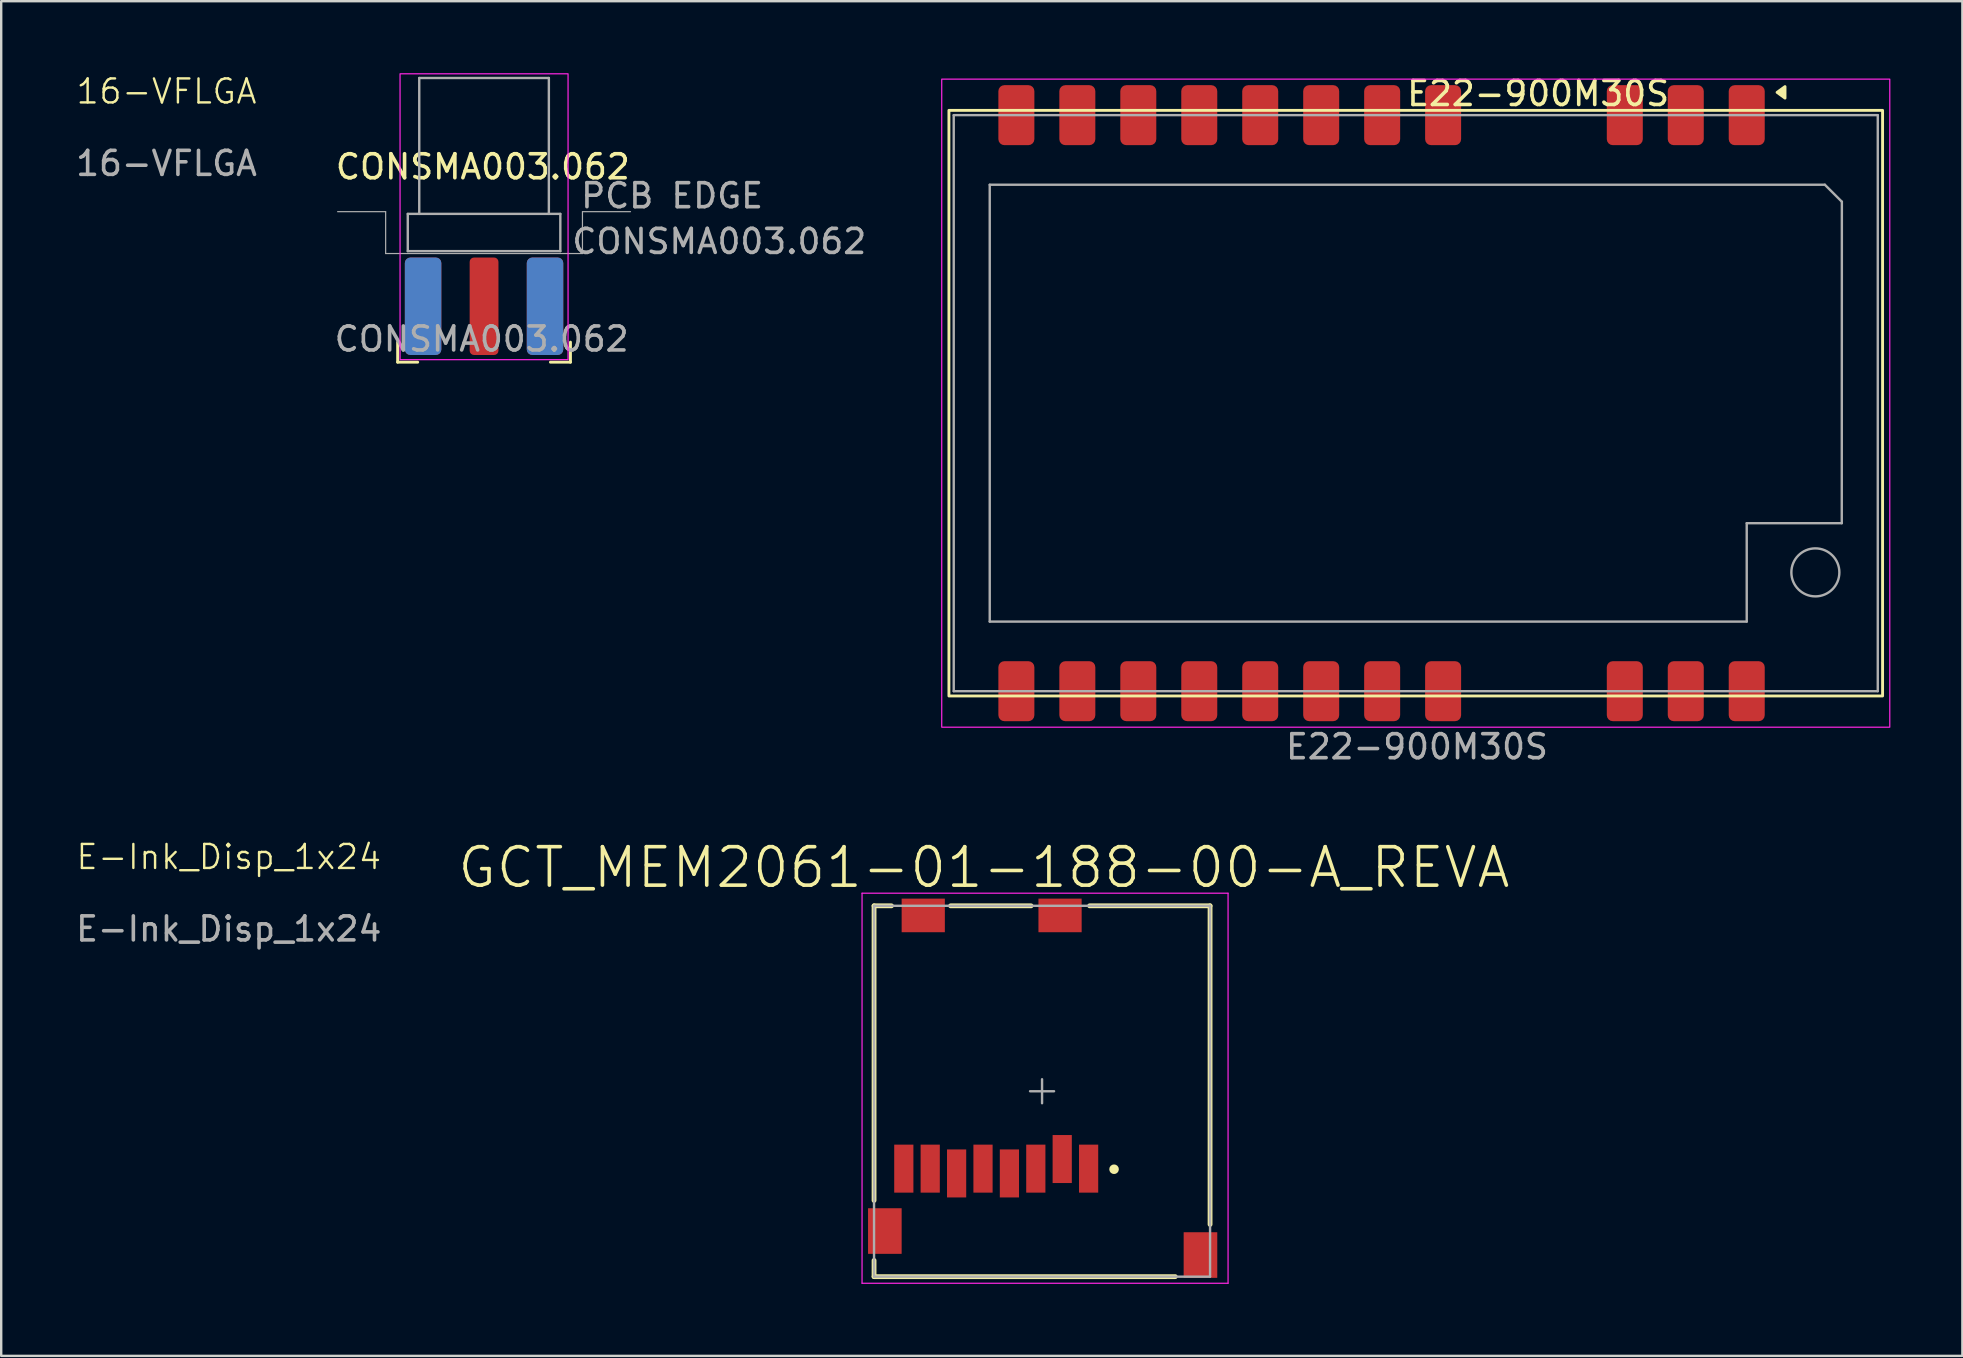
<source format=kicad_pcb>
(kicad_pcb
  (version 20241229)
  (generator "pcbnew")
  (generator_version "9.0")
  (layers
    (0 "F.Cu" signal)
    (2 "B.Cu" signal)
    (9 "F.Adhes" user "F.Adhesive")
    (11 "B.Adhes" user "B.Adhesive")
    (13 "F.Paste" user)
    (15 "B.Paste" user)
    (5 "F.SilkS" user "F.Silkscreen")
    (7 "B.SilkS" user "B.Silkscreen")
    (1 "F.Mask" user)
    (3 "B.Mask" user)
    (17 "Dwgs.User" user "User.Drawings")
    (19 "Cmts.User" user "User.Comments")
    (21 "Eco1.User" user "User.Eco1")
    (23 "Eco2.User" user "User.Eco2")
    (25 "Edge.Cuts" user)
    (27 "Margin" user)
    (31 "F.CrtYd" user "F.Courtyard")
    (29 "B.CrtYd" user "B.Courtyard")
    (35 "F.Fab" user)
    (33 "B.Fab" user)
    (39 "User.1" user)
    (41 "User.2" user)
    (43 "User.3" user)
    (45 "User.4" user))
  (footprint "CONSMA003.062"
    (layer "F.Cu")
    (at 17.118 9.71)
    (property "Reference" "CONSMA003.062" (at -0.05 -5.81 0) (unlocked yes) (layer "F.SilkS") (effects (font (size 1 1) (thickness 0.15))))
    (attr smd)
    (fp_line (start -3.6 1.495) (end -3.6 2.33) (stroke (width 0.12) (type default)) (layer "F.SilkS"))
    (fp_line (start -3.6 2.33) (end -2.765 2.33) (stroke (width 0.12) (type default)) (layer "F.SilkS"))
    (fp_line (start 2.765 2.33) (end 3.6 2.33) (stroke (width 0.12) (type default)) (layer "F.SilkS"))
    (fp_line (start 3.6 2.33) (end 3.6 1.495) (stroke (width 0.12) (type default)) (layer "F.SilkS"))
    (fp_rect (start -3.5 -9.685) (end 3.5 2.225) (stroke (width 0.05) (type default)) (fill no) (layer "F.CrtYd"))
    (fp_line (start -4.1 -3.94) (end -6.1 -3.94) (stroke (width 0.05) (type default)) (layer "F.Fab"))
    (fp_line (start -4.1 -2.197) (end -4.1 -3.935) (stroke (width 0.05) (type default)) (layer "F.Fab"))
    (fp_line (start -3.178 -3.848) (end 3.178 -3.848) (stroke (width 0.1) (type default)) (layer "F.Fab"))
    (fp_line (start -3.178 -2.297) (end -3.178 -3.848) (stroke (width 0.1) (type default)) (layer "F.Fab"))
    (fp_line (start -3.178 -2.297) (end 3.178 -2.297) (stroke (width 0.1) (type default)) (layer "F.Fab"))
    (fp_line (start -2.7 -9.51) (end 2.7 -9.51) (stroke (width 0.1) (type default)) (layer "F.Fab"))
    (fp_line (start -2.7 -3.848) (end -2.7 -9.51) (stroke (width 0.1) (type default)) (layer "F.Fab"))
    (fp_line (start 2.7 -3.848) (end 2.7 -9.51) (stroke (width 0.1) (type default)) (layer "F.Fab"))
    (fp_line (start 3.178 -2.297) (end 3.178 -3.848) (stroke (width 0.1) (type default)) (layer "F.Fab"))
    (fp_line (start 4.1 -2.197) (end -4.1 -2.197) (stroke (width 0.05) (type default)) (layer "F.Fab"))
    (fp_line (start 4.1 -2.197) (end 4.1 -3.935) (stroke (width 0.05) (type default)) (layer "F.Fab"))
    (fp_line (start 6.1 -3.94) (end 4.1 -3.94) (stroke (width 0.05) (type default)) (layer "F.Fab"))
    (fp_text user "PCB EDGE" (at 3.95 -4.02 0) (unlocked yes) (layer "F.Fab") (effects (font (size 1 1) (thickness 0.15)) (justify left bottom)))
    (fp_text user "${REFERENCE}" (at 9.8 -2.7 0) (unlocked yes) (layer "F.Fab") (effects (font (size 1 1) (thickness 0.15))))
    (fp_text user "${REFERENCE}" (at -0.1 1.365 0) (unlocked yes) (layer "F.Fab") (effects (font (size 1 1) (thickness 0.15))))
    (pad "1" smd roundrect (at 0 0) (size 1.2 4.06) (layers "F.Cu" "F.Mask" "F.Paste") (roundrect_rratio 0.15))
    (pad "2" smd roundrect (at -2.54 0) (size 1.52 4.06) (layers "F.Cu" "F.Mask" "F.Paste") (roundrect_rratio 0.15))
    (pad "2" smd roundrect (at -2.54 0) (size 1.52 4.06) (layers "B.Cu" "B.Mask" "B.Paste") (roundrect_rratio 0.15))
    (pad "2" smd roundrect (at 2.54 0) (size 1.52 4.06) (layers "F.Cu" "F.Mask" "F.Paste") (roundrect_rratio 0.15))
    (pad "2" smd roundrect (at 2.54 0) (size 1.52 4.06) (layers "B.Cu" "B.Mask" "B.Paste") (roundrect_rratio 0.15)))
  (footprint "E22-900M30S"
    (layer "F.Cu")
    (at 55.937 13.748)
    (property "Reference" "E22-900M30S" (at 5.1 -12.9 0) (unlocked yes) (layer "F.SilkS") (effects (font (size 1 1) (thickness 0.15))))
    (attr smd)
    (fp_rect (start -19.45 -12.2) (end 19.45 12.2) (stroke (width 0.12) (type default)) (fill no) (layer "F.SilkS"))
    (fp_poly (pts (xy 15.055 -12.95) (xy 15.385 -13.19) (xy 15.385 -12.71) (xy 15.055 -12.95)) (stroke (width 0.12) (type solid)) (fill yes) (layer "F.SilkS"))
    (fp_rect (start -19.75 -13.5) (end 19.75 13.5) (stroke (width 0.05) (type default)) (fill no) (layer "F.CrtYd"))
    (fp_line (start -19.25 -12) (end 19.25 -12) (stroke (width 0.1) (type solid)) (layer "F.Fab"))
    (fp_line (start -19.25 12) (end -19.25 -12) (stroke (width 0.1) (type solid)) (layer "F.Fab"))
    (fp_line (start -19.25 12) (end 19.25 12) (stroke (width 0.1) (type solid)) (layer "F.Fab"))
    (fp_line (start -17.75 9.1) (end -17.75 -9.1) (stroke (width 0.1) (type default)) (layer "F.Fab"))
    (fp_line (start 13.79 9.1) (end -17.75 9.1) (stroke (width 0.1) (type default)) (layer "F.Fab"))
    (fp_line (start 13.79 9.1) (end 13.79 5) (stroke (width 0.1) (type default)) (layer "F.Fab"))
    (fp_line (start 17.046 -9.1) (end -17.75 -9.1) (stroke (width 0.1) (type default)) (layer "F.Fab"))
    (fp_line (start 17.046 -9.1) (end 17.754 -8.393) (stroke (width 0.1) (type default)) (layer "F.Fab"))
    (fp_line (start 17.75 5) (end 13.79 5) (stroke (width 0.1) (type default)) (layer "F.Fab"))
    (fp_line (start 17.75 5) (end 17.754 -8.393) (stroke (width 0.1) (type default)) (layer "F.Fab"))
    (fp_line (start 19.25 12) (end 19.25 -12) (stroke (width 0.1) (type solid)) (layer "F.Fab"))
    (fp_circle (center 16.65 7.05) (end 17.65 7.05) (stroke (width 0.1) (type default)) (fill no) (layer "F.Fab"))
    (fp_text user "E22-900M30S" (at -5.5 14.9 0) (unlocked yes) (layer "F.Fab") (effects (font (size 1 1) (thickness 0.15)) (justify left bottom)))
    (pad "1" smd roundrect (at 13.79 -12 270) (size 2.5 1.5) (layers "F.Cu" "F.Mask" "F.Paste") (roundrect_rratio 0.167))
    (pad "2" smd roundrect (at 11.25 -12 270) (size 2.5 1.5) (layers "F.Cu" "F.Mask" "F.Paste") (roundrect_rratio 0.167))
    (pad "3" smd roundrect (at 8.71 -12 270) (size 2.5 1.5) (layers "F.Cu" "F.Mask" "F.Paste") (roundrect_rratio 0.167))
    (pad "4" smd roundrect (at 1.14 -12 90) (size 2.5 1.5) (layers "F.Cu" "F.Mask" "F.Paste") (roundrect_rratio 0.167))
    (pad "5" smd roundrect (at -1.4 -12 90) (size 2.5 1.5) (layers "F.Cu" "F.Mask" "F.Paste") (roundrect_rratio 0.167))
    (pad "6" smd roundrect (at -3.94 -12 90) (size 2.5 1.5) (layers "F.Cu" "F.Mask" "F.Paste") (roundrect_rratio 0.167))
    (pad "7" smd roundrect (at -6.48 -12 90) (size 2.5 1.5) (layers "F.Cu" "F.Mask" "F.Paste") (roundrect_rratio 0.167))
    (pad "8" smd roundrect (at -9.02 -12 90) (size 2.5 1.5) (layers "F.Cu" "F.Mask" "F.Paste") (roundrect_rratio 0.167))
    (pad "9" smd roundrect (at -11.56 -12 90) (size 2.5 1.5) (layers "F.Cu" "F.Mask" "F.Paste") (roundrect_rratio 0.167))
    (pad "10" smd roundrect (at -14.1 -12 90) (size 2.5 1.5) (layers "F.Cu" "F.Mask" "F.Paste") (roundrect_rratio 0.167))
    (pad "11" smd roundrect (at -16.64 -12 90) (size 2.5 1.5) (layers "F.Cu" "F.Mask" "F.Paste") (roundrect_rratio 0.167))
    (pad "12" smd roundrect (at -16.64 12 90) (size 2.5 1.5) (layers "F.Cu" "F.Mask" "F.Paste") (roundrect_rratio 0.167))
    (pad "13" smd roundrect (at -14.1 12 90) (size 2.5 1.5) (layers "F.Cu" "F.Mask" "F.Paste") (roundrect_rratio 0.167))
    (pad "14" smd roundrect (at -11.56 12 90) (size 2.5 1.5) (layers "F.Cu" "F.Mask" "F.Paste") (roundrect_rratio 0.167))
    (pad "15" smd roundrect (at -9.02 12 90) (size 2.5 1.5) (layers "F.Cu" "F.Mask" "F.Paste") (roundrect_rratio 0.167))
    (pad "16" smd roundrect (at -6.48 12 90) (size 2.5 1.5) (layers "F.Cu" "F.Mask" "F.Paste") (roundrect_rratio 0.167))
    (pad "17" smd roundrect (at -3.94 12 90) (size 2.5 1.5) (layers "F.Cu" "F.Mask" "F.Paste") (roundrect_rratio 0.167))
    (pad "18" smd roundrect (at -1.4 12 90) (size 2.5 1.5) (layers "F.Cu" "F.Mask" "F.Paste") (roundrect_rratio 0.167))
    (pad "19" smd roundrect (at 1.14 12 90) (size 2.5 1.5) (layers "F.Cu" "F.Mask" "F.Paste") (roundrect_rratio 0.167))
    (pad "20" smd roundrect (at 8.71 12 270) (size 2.5 1.5) (layers "F.Cu" "F.Mask" "F.Paste") (roundrect_rratio 0.167))
    (pad "21" smd roundrect (at 11.25 12 270) (size 2.5 1.5) (layers "F.Cu" "F.Mask" "F.Paste") (roundrect_rratio 0.167))
    (pad "22" smd roundrect (at 13.79 12 270) (size 2.5 1.5) (layers "F.Cu" "F.Mask" "F.Paste") (roundrect_rratio 0.167)))
  (footprint "E-Ink_Disp_1x24"
    (layer "F.Cu")
    (at 6.482 33.155)
    (property "Reference" "E-Ink_Disp_1x24" (at 0 -0.5 0) (unlocked yes) (layer "F.SilkS") (effects (font (size 1 1) (thickness 0.1))))
    (attr smd)
    (fp_text user "${REFERENCE}" (at 0 2.5 0) (unlocked yes) (layer "F.Fab") (effects (font (size 1 1) (thickness 0.15)))))
  (footprint "GCT_MEM2061-01-188-00-A_REVA"
    (layer "F.Cu")
    (at 40.367 42.416)
    (property "Reference" "GCT_MEM2061-01-188-00-A_REVA" (at -2.421 -9.321 0) (layer "F.SilkS") (effects (font (size 1.601 1.601) (thickness 0.15))))
    (attr smd)
    (fp_line (start -7 -7.725) (end -6.274 -7.725) (stroke (width 0.2) (type solid)) (layer "F.SilkS"))
    (fp_line (start -7 4.55) (end -7 -7.725) (stroke (width 0.2) (type solid)) (layer "F.SilkS"))
    (fp_line (start -7 7.725) (end -7 7.05) (stroke (width 0.2) (type solid)) (layer "F.SilkS"))
    (fp_line (start -7 7.725) (end 5.55 7.725) (stroke (width 0.2) (type solid)) (layer "F.SilkS"))
    (fp_line (start -3.81 -7.725) (end -0.457 -7.725) (stroke (width 0.2) (type solid)) (layer "F.SilkS"))
    (fp_line (start 1.981 -7.725) (end 7 -7.725) (stroke (width 0.2) (type solid)) (layer "F.SilkS"))
    (fp_line (start 7 5.55) (end 7 -7.725) (stroke (width 0.2) (type solid)) (layer "F.SilkS"))
    (fp_circle (center 3 3.25) (end 3.1 3.25) (stroke (width 0.2) (type solid)) (fill no) (layer "F.SilkS"))
    (fp_line (start -7.5 -8.25) (end 7.75 -8.25) (stroke (width 0.05) (type solid)) (layer "F.CrtYd"))
    (fp_line (start -7.5 8) (end -7.5 -8.25) (stroke (width 0.05) (type solid)) (layer "F.CrtYd"))
    (fp_line (start 7.75 -8.25) (end 7.75 8) (stroke (width 0.05) (type solid)) (layer "F.CrtYd"))
    (fp_line (start 7.75 8) (end -7.5 8) (stroke (width 0.05) (type solid)) (layer "F.CrtYd"))
    (fp_line (start -7 -7.725) (end 7 -7.725) (stroke (width 0.1) (type solid)) (layer "F.Fab"))
    (fp_line (start -7 7.725) (end -7 -7.725) (stroke (width 0.1) (type solid)) (layer "F.Fab"))
    (fp_line (start -7 7.725) (end 7 7.725) (stroke (width 0.1) (type solid)) (layer "F.Fab"))
    (fp_line (start -0.5 0) (end 0.5 0) (stroke (width 0.1) (type solid)) (layer "F.Fab"))
    (fp_line (start 0 0.5) (end 0 -0.5) (stroke (width 0.1) (type solid)) (layer "F.Fab"))
    (fp_line (start 7 7.725) (end 7 -7.725) (stroke (width 0.1) (type solid)) (layer "F.Fab"))
    (pad "1" smd rect (at 1.94 3.225) (size 0.8 2) (layers "F.Cu" "F.Mask" "F.Paste"))
    (pad "2" smd rect (at 0.84 2.825) (size 0.8 2) (layers "F.Cu" "F.Mask" "F.Paste"))
    (pad "3" smd rect (at -0.26 3.225) (size 0.8 2) (layers "F.Cu" "F.Mask" "F.Paste"))
    (pad "4" smd rect (at -1.36 3.425) (size 0.8 2) (layers "F.Cu" "F.Mask" "F.Paste"))
    (pad "5" smd rect (at -2.46 3.225) (size 0.8 2) (layers "F.Cu" "F.Mask" "F.Paste"))
    (pad "6" smd rect (at -3.56 3.425) (size 0.8 2) (layers "F.Cu" "F.Mask" "F.Paste"))
    (pad "7" smd rect (at -4.66 3.225) (size 0.8 2) (layers "F.Cu" "F.Mask" "F.Paste"))
    (pad "8" smd rect (at -5.76 3.225) (size 0.8 2) (layers "F.Cu" "F.Mask" "F.Paste"))
    (pad "9" smd rect (at -4.95 -7.325) (size 1.8 1.4) (layers "F.Cu" "F.Mask" "F.Paste"))
    (pad "10" smd rect (at 0.75 -7.325) (size 1.8 1.4) (layers "F.Cu" "F.Mask" "F.Paste"))
    (pad "11" smd rect (at -6.55 5.825) (size 1.4 1.9) (layers "F.Cu" "F.Mask" "F.Paste"))
    (pad "12" smd rect (at 6.6 6.825) (size 1.4 1.9) (layers "F.Cu" "F.Mask" "F.Paste"))
    (zone (net_name "") (layer "F.Cu") (hatch full 0.508) (connect_pads) (min_thickness 0.01) (filled_areas_thickness no) (keepout (tracks not_allowed) (vias not_allowed) (pads not_allowed) (copperpour not_allowed) (footprints allowed)) (placement (enabled no)) (fill) (polygon (pts (xy 33.357 37.241) (xy 43.737 37.241) (xy 43.737 39.316) (xy 33.357 39.316)))))
  (footprint "16-VFLGA"
    (layer "F.Cu")
    (at 3.887 1.26)
    (property "Reference" "16-VFLGA" (at 0 -0.5 0) (unlocked yes) (layer "F.SilkS") (effects (font (size 1 1) (thickness 0.1))))
    (attr smd)
    (fp_text user "${REFERENCE}" (at 0 2.5 0) (unlocked yes) (layer "F.Fab") (effects (font (size 1 1) (thickness 0.15)))))
  (gr_rect
    (start -3 -3)
    (end 78.712 53.441)
    (stroke (width 0.1) (type default))
    (fill no)
    (layer "Edge.Cuts")))
</source>
